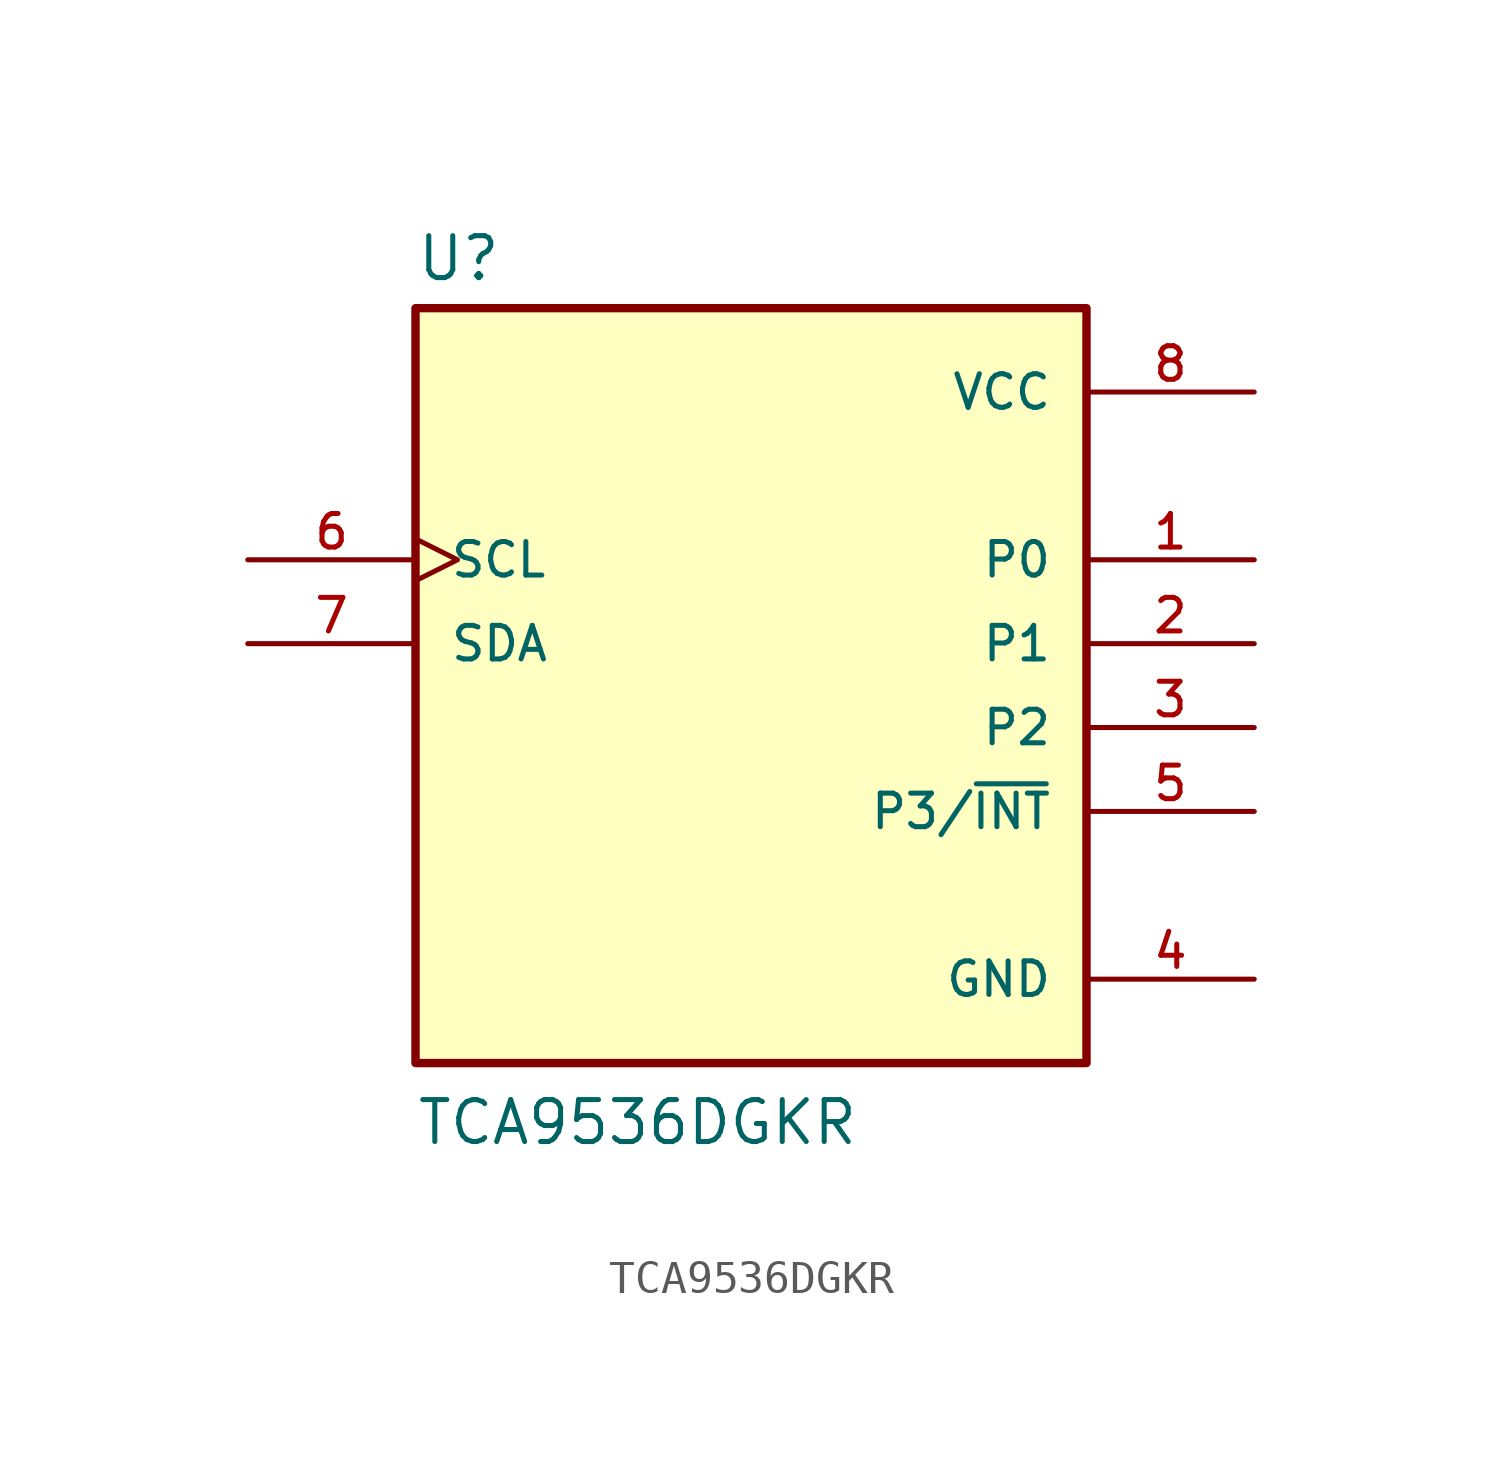
<source format=kicad_sym>
(kicad_symbol_lib
  (version 20211014)
  (generator kicad_symbol_editor)
  (symbol "TCA9536DGKR"
    (pin_names
      (offset 1.016))
    (property "Reference" "U"
      (at -10.16 10.922 0)
      (effects (font (size 1.27 1.27)) (justify bottom left)))
    (property "Value" "TCA9536DGKR"
      (at -10.16 -15.24 0)
      (effects (font (size 1.27 1.27)) (justify bottom left)))
    (symbol "TCA9536DGKR_0_0"
      (rectangle (start -10.16 -12.7) (end 10.16 10.16) (stroke (width 0.254)) (fill (type background)))
      (pin bidirectional line (at 15.24 2.54 180.0) (length 5.08) (name "P0" (effects (font (size 1.016 1.016)))) (number "1" (effects (font (size 1.016 1.016)))))
      (pin bidirectional line (at 15.24 0.0 180.0) (length 5.08) (name "P1" (effects (font (size 1.016 1.016)))) (number "2" (effects (font (size 1.016 1.016)))))
      (pin bidirectional line (at 15.24 -2.54 180.0) (length 5.08) (name "P2" (effects (font (size 1.016 1.016)))) (number "3" (effects (font (size 1.016 1.016)))))
      (pin power_in line (at 15.24 -10.16 180.0) (length 5.08) (name "GND" (effects (font (size 1.016 1.016)))) (number "4" (effects (font (size 1.016 1.016)))))
      (pin bidirectional line (at 15.24 -5.08 180.0) (length 5.08) (name "P3/~{INT}" (effects (font (size 1.016 1.016)))) (number "5" (effects (font (size 1.016 1.016)))))
      (pin bidirectional clock (at -15.24 2.54 0) (length 5.08) (name "SCL" (effects (font (size 1.016 1.016)))) (number "6" (effects (font (size 1.016 1.016)))))
      (pin bidirectional line (at -15.24 0.0 0) (length 5.08) (name "SDA" (effects (font (size 1.016 1.016)))) (number "7" (effects (font (size 1.016 1.016)))))
      (pin power_in line (at 15.24 7.62 180.0) (length 5.08) (name "VCC" (effects (font (size 1.016 1.016)))) (number "8" (effects (font (size 1.016 1.016))))))))
</source>
